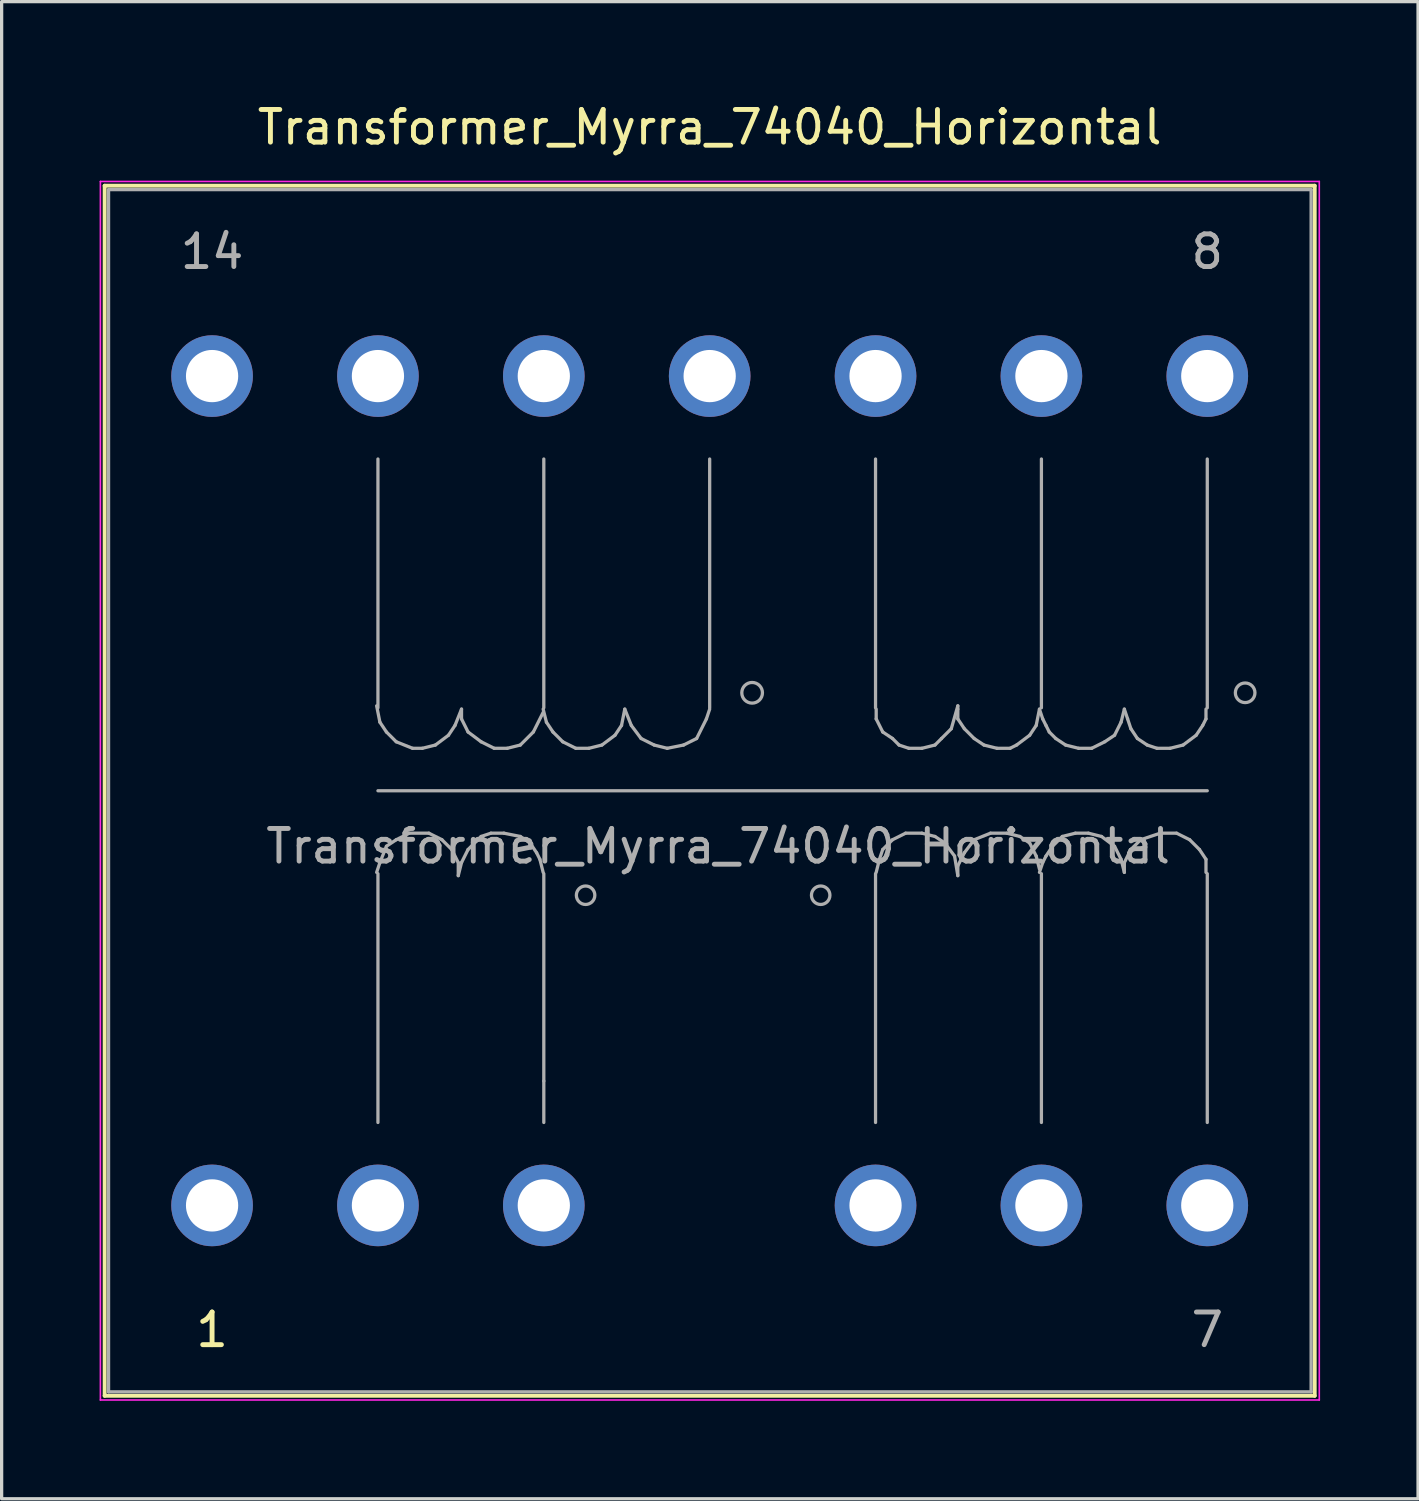
<source format=kicad_pcb>
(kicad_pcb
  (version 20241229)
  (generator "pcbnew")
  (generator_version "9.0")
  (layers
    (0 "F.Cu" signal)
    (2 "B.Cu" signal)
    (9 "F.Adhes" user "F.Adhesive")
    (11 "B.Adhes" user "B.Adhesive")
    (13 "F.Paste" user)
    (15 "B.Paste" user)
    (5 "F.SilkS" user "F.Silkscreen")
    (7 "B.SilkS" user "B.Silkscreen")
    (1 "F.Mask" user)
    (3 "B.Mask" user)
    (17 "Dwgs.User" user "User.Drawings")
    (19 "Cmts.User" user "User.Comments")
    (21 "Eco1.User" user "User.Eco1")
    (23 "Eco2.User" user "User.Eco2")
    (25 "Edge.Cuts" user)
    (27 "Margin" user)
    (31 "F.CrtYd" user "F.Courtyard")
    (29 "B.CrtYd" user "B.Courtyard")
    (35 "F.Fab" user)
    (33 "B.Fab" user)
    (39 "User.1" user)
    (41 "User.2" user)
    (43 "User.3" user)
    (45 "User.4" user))
  (footprint "Transformer_Myrra_74040_Horizontal"
    (layer "F.Cu")
    (at 3.445 33.868)
    (property "Reference" "Transformer_Myrra_74040_Horizontal" (at 15.24 -33.02 0) (layer "F.SilkS") (effects (font (size 1 1) (thickness 0.15))))
    (attr through_hole)
    (fp_line (start -3.29 -31.23) (end -3.29 5.83) (stroke (width 0.12) (type solid)) (layer "F.SilkS"))
    (fp_line (start -3.29 -31.23) (end 33.77 -31.23) (stroke (width 0.12) (type solid)) (layer "F.SilkS"))
    (fp_line (start 33.77 5.83) (end -3.29 5.83) (stroke (width 0.12) (type solid)) (layer "F.SilkS"))
    (fp_line (start 33.77 5.83) (end 33.77 -31.23) (stroke (width 0.12) (type solid)) (layer "F.SilkS"))
    (fp_line (start -3.42 -31.36) (end -3.42 5.96) (stroke (width 0.05) (type solid)) (layer "F.CrtYd"))
    (fp_line (start -3.42 -31.36) (end 33.91 -31.36) (stroke (width 0.05) (type solid)) (layer "F.CrtYd"))
    (fp_line (start 33.91 5.96) (end -3.42 5.96) (stroke (width 0.05) (type solid)) (layer "F.CrtYd"))
    (fp_line (start 33.91 5.96) (end 33.91 -31.36) (stroke (width 0.05) (type solid)) (layer "F.CrtYd"))
    (fp_line (start -3.17 -31.11) (end 33.66 -31.11) (stroke (width 0.1) (type solid)) (layer "F.Fab"))
    (fp_line (start -3.17 5.71) (end -3.17 -31.11) (stroke (width 0.1) (type solid)) (layer "F.Fab"))
    (fp_line (start 5.04 -10.2) (end 5.14 -10.5) (stroke (width 0.1) (type solid)) (layer "F.Fab"))
    (fp_line (start 5.08 -15.24) (end 5.08 -22.86) (stroke (width 0.1) (type solid)) (layer "F.Fab"))
    (fp_line (start 5.08 -12.7) (end 30.48 -12.7) (stroke (width 0.1) (type solid)) (layer "F.Fab"))
    (fp_line (start 5.08 -2.54) (end 5.08 -10.16) (stroke (width 0.1) (type solid)) (layer "F.Fab"))
    (fp_line (start 5.14 -14.8) (end 5.04 -15.3) (stroke (width 0.1) (type solid)) (layer "F.Fab"))
    (fp_line (start 5.14 -10.5) (end 5.34 -11) (stroke (width 0.1) (type solid)) (layer "F.Fab"))
    (fp_line (start 5.34 -14.5) (end 5.14 -14.8) (stroke (width 0.1) (type solid)) (layer "F.Fab"))
    (fp_line (start 5.34 -11) (end 5.64 -11.2) (stroke (width 0.1) (type solid)) (layer "F.Fab"))
    (fp_line (start 5.64 -14.2) (end 5.34 -14.5) (stroke (width 0.1) (type solid)) (layer "F.Fab"))
    (fp_line (start 5.64 -11.2) (end 6.04 -11.4) (stroke (width 0.1) (type solid)) (layer "F.Fab"))
    (fp_line (start 6.04 -11.4) (end 6.64 -11.4) (stroke (width 0.1) (type solid)) (layer "F.Fab"))
    (fp_line (start 6.14 -14) (end 5.64 -14.2) (stroke (width 0.1) (type solid)) (layer "F.Fab"))
    (fp_line (start 6.44 -14) (end 6.14 -14) (stroke (width 0.1) (type solid)) (layer "F.Fab"))
    (fp_line (start 6.64 -11.4) (end 7.04 -11.2) (stroke (width 0.1) (type solid)) (layer "F.Fab"))
    (fp_line (start 6.84 -14.1) (end 6.44 -14) (stroke (width 0.1) (type solid)) (layer "F.Fab"))
    (fp_line (start 7.04 -11.2) (end 7.34 -10.9) (stroke (width 0.1) (type solid)) (layer "F.Fab"))
    (fp_line (start 7.24 -14.4) (end 6.84 -14.1) (stroke (width 0.1) (type solid)) (layer "F.Fab"))
    (fp_line (start 7.34 -10.9) (end 7.54 -10.5) (stroke (width 0.1) (type solid)) (layer "F.Fab"))
    (fp_line (start 7.44 -14.7) (end 7.24 -14.4) (stroke (width 0.1) (type solid)) (layer "F.Fab"))
    (fp_line (start 7.54 -10.5) (end 7.54 -10.1) (stroke (width 0.1) (type solid)) (layer "F.Fab"))
    (fp_line (start 7.54 -10.1) (end 7.64 -10.5) (stroke (width 0.1) (type solid)) (layer "F.Fab"))
    (fp_line (start 7.64 -15.2) (end 7.44 -14.7) (stroke (width 0.1) (type solid)) (layer "F.Fab"))
    (fp_line (start 7.64 -14.9) (end 7.64 -15.2) (stroke (width 0.1) (type solid)) (layer "F.Fab"))
    (fp_line (start 7.64 -10.5) (end 7.84 -10.9) (stroke (width 0.1) (type solid)) (layer "F.Fab"))
    (fp_line (start 7.84 -14.5) (end 7.64 -14.9) (stroke (width 0.1) (type solid)) (layer "F.Fab"))
    (fp_line (start 7.84 -10.9) (end 8.24 -11.3) (stroke (width 0.1) (type solid)) (layer "F.Fab"))
    (fp_line (start 8.24 -14.2) (end 7.84 -14.5) (stroke (width 0.1) (type solid)) (layer "F.Fab"))
    (fp_line (start 8.24 -11.3) (end 8.54 -11.4) (stroke (width 0.1) (type solid)) (layer "F.Fab"))
    (fp_line (start 8.54 -11.4) (end 8.94 -11.4) (stroke (width 0.1) (type solid)) (layer "F.Fab"))
    (fp_line (start 8.64 -14) (end 8.24 -14.2) (stroke (width 0.1) (type solid)) (layer "F.Fab"))
    (fp_line (start 8.94 -11.4) (end 9.44 -11.3) (stroke (width 0.1) (type solid)) (layer "F.Fab"))
    (fp_line (start 9.04 -14) (end 8.64 -14) (stroke (width 0.1) (type solid)) (layer "F.Fab"))
    (fp_line (start 9.44 -14.1) (end 9.04 -14) (stroke (width 0.1) (type solid)) (layer "F.Fab"))
    (fp_line (start 9.44 -11.3) (end 9.74 -11.1) (stroke (width 0.1) (type solid)) (layer "F.Fab"))
    (fp_line (start 9.74 -11.1) (end 9.94 -10.8) (stroke (width 0.1) (type solid)) (layer "F.Fab"))
    (fp_line (start 9.84 -14.5) (end 9.44 -14.1) (stroke (width 0.1) (type solid)) (layer "F.Fab"))
    (fp_line (start 9.94 -10.8) (end 10.04 -10.6) (stroke (width 0.1) (type solid)) (layer "F.Fab"))
    (fp_line (start 10.04 -10.6) (end 10.14 -10.2) (stroke (width 0.1) (type solid)) (layer "F.Fab"))
    (fp_line (start 10.14 -15.1) (end 9.84 -14.5) (stroke (width 0.1) (type solid)) (layer "F.Fab"))
    (fp_line (start 10.16 -15.24) (end 10.16 -22.86) (stroke (width 0.1) (type solid)) (layer "F.Fab"))
    (fp_line (start 10.16 -10.16) (end 10.16 -3.81) (stroke (width 0.1) (type solid)) (layer "F.Fab"))
    (fp_line (start 10.16 -3.81) (end 10.16 -2.54) (stroke (width 0.1) (type solid)) (layer "F.Fab"))
    (fp_line (start 10.24 -14.8) (end 10.14 -15.2) (stroke (width 0.1) (type solid)) (layer "F.Fab"))
    (fp_line (start 10.44 -14.5) (end 10.24 -14.8) (stroke (width 0.1) (type solid)) (layer "F.Fab"))
    (fp_line (start 10.74 -14.2) (end 10.44 -14.5) (stroke (width 0.1) (type solid)) (layer "F.Fab"))
    (fp_line (start 11.14 -14) (end 10.74 -14.2) (stroke (width 0.1) (type solid)) (layer "F.Fab"))
    (fp_line (start 11.54 -14) (end 11.14 -14) (stroke (width 0.1) (type solid)) (layer "F.Fab"))
    (fp_line (start 11.94 -14.1) (end 11.54 -14) (stroke (width 0.1) (type solid)) (layer "F.Fab"))
    (fp_line (start 12.34 -14.4) (end 11.94 -14.1) (stroke (width 0.1) (type solid)) (layer "F.Fab"))
    (fp_line (start 12.54 -14.7) (end 12.34 -14.4) (stroke (width 0.1) (type solid)) (layer "F.Fab"))
    (fp_line (start 12.64 -15.2) (end 12.54 -14.7) (stroke (width 0.1) (type solid)) (layer "F.Fab"))
    (fp_line (start 12.84 -14.7) (end 12.64 -15.2) (stroke (width 0.1) (type solid)) (layer "F.Fab"))
    (fp_line (start 13.14 -14.3) (end 12.84 -14.7) (stroke (width 0.1) (type solid)) (layer "F.Fab"))
    (fp_line (start 13.54 -14.1) (end 13.14 -14.3) (stroke (width 0.1) (type solid)) (layer "F.Fab"))
    (fp_line (start 13.94 -14) (end 13.54 -14.1) (stroke (width 0.1) (type solid)) (layer "F.Fab"))
    (fp_line (start 14.44 -14.1) (end 13.94 -14) (stroke (width 0.1) (type solid)) (layer "F.Fab"))
    (fp_line (start 14.84 -14.3) (end 14.44 -14.1) (stroke (width 0.1) (type solid)) (layer "F.Fab"))
    (fp_line (start 15.14 -14.9) (end 14.84 -14.3) (stroke (width 0.1) (type solid)) (layer "F.Fab"))
    (fp_line (start 15.24 -15.24) (end 15.24 -22.86) (stroke (width 0.1) (type solid)) (layer "F.Fab"))
    (fp_line (start 15.24 -15.2) (end 15.14 -14.9) (stroke (width 0.1) (type solid)) (layer "F.Fab"))
    (fp_line (start 20.32 -15.24) (end 20.32 -22.86) (stroke (width 0.1) (type solid)) (layer "F.Fab"))
    (fp_line (start 20.32 -10.16) (end 20.32 -2.54) (stroke (width 0.1) (type solid)) (layer "F.Fab"))
    (fp_line (start 20.34 -14.9) (end 20.34 -15.2) (stroke (width 0.1) (type solid)) (layer "F.Fab"))
    (fp_line (start 20.44 -10.6) (end 20.34 -10.2) (stroke (width 0.1) (type solid)) (layer "F.Fab"))
    (fp_line (start 20.54 -14.5) (end 20.34 -14.9) (stroke (width 0.1) (type solid)) (layer "F.Fab"))
    (fp_line (start 20.54 -10.9) (end 20.44 -10.6) (stroke (width 0.1) (type solid)) (layer "F.Fab"))
    (fp_line (start 20.84 -14.3) (end 20.54 -14.5) (stroke (width 0.1) (type solid)) (layer "F.Fab"))
    (fp_line (start 20.84 -11.2) (end 20.54 -10.9) (stroke (width 0.1) (type solid)) (layer "F.Fab"))
    (fp_line (start 21.04 -14.1) (end 20.84 -14.3) (stroke (width 0.1) (type solid)) (layer "F.Fab"))
    (fp_line (start 21.24 -11.4) (end 20.84 -11.2) (stroke (width 0.1) (type solid)) (layer "F.Fab"))
    (fp_line (start 21.34 -14) (end 21.04 -14.1) (stroke (width 0.1) (type solid)) (layer "F.Fab"))
    (fp_line (start 21.74 -14) (end 21.34 -14) (stroke (width 0.1) (type solid)) (layer "F.Fab"))
    (fp_line (start 21.74 -11.4) (end 21.24 -11.4) (stroke (width 0.1) (type solid)) (layer "F.Fab"))
    (fp_line (start 22.14 -14.1) (end 21.74 -14) (stroke (width 0.1) (type solid)) (layer "F.Fab"))
    (fp_line (start 22.14 -11.3) (end 21.74 -11.4) (stroke (width 0.1) (type solid)) (layer "F.Fab"))
    (fp_line (start 22.34 -14.3) (end 22.14 -14.1) (stroke (width 0.1) (type solid)) (layer "F.Fab"))
    (fp_line (start 22.44 -11.1) (end 22.14 -11.3) (stroke (width 0.1) (type solid)) (layer "F.Fab"))
    (fp_line (start 22.64 -14.6) (end 22.34 -14.3) (stroke (width 0.1) (type solid)) (layer "F.Fab"))
    (fp_line (start 22.74 -10.7) (end 22.44 -11.1) (stroke (width 0.1) (type solid)) (layer "F.Fab"))
    (fp_line (start 22.84 -15.3) (end 22.64 -14.6) (stroke (width 0.1) (type solid)) (layer "F.Fab"))
    (fp_line (start 22.84 -15.2) (end 22.84 -15.3) (stroke (width 0.1) (type solid)) (layer "F.Fab"))
    (fp_line (start 22.84 -14.9) (end 22.84 -15.2) (stroke (width 0.1) (type solid)) (layer "F.Fab"))
    (fp_line (start 22.84 -10.4) (end 22.84 -10.1) (stroke (width 0.1) (type solid)) (layer "F.Fab"))
    (fp_line (start 22.84 -10.1) (end 22.74 -10.7) (stroke (width 0.1) (type solid)) (layer "F.Fab"))
    (fp_line (start 23.04 -14.6) (end 22.84 -14.9) (stroke (width 0.1) (type solid)) (layer "F.Fab"))
    (fp_line (start 23.04 -10.8) (end 22.84 -10.4) (stroke (width 0.1) (type solid)) (layer "F.Fab"))
    (fp_line (start 23.34 -14.3) (end 23.04 -14.6) (stroke (width 0.1) (type solid)) (layer "F.Fab"))
    (fp_line (start 23.34 -11.2) (end 23.04 -10.8) (stroke (width 0.1) (type solid)) (layer "F.Fab"))
    (fp_line (start 23.64 -14.1) (end 23.34 -14.3) (stroke (width 0.1) (type solid)) (layer "F.Fab"))
    (fp_line (start 23.84 -11.4) (end 23.34 -11.2) (stroke (width 0.1) (type solid)) (layer "F.Fab"))
    (fp_line (start 24.04 -14) (end 23.64 -14.1) (stroke (width 0.1) (type solid)) (layer "F.Fab"))
    (fp_line (start 24.34 -11.4) (end 23.84 -11.4) (stroke (width 0.1) (type solid)) (layer "F.Fab"))
    (fp_line (start 24.44 -14) (end 24.04 -14) (stroke (width 0.1) (type solid)) (layer "F.Fab"))
    (fp_line (start 24.64 -14.1) (end 24.44 -14) (stroke (width 0.1) (type solid)) (layer "F.Fab"))
    (fp_line (start 24.74 -11.3) (end 24.34 -11.4) (stroke (width 0.1) (type solid)) (layer "F.Fab"))
    (fp_line (start 25.04 -14.4) (end 24.64 -14.1) (stroke (width 0.1) (type solid)) (layer "F.Fab"))
    (fp_line (start 25.04 -11.1) (end 24.74 -11.3) (stroke (width 0.1) (type solid)) (layer "F.Fab"))
    (fp_line (start 25.24 -14.7) (end 25.04 -14.4) (stroke (width 0.1) (type solid)) (layer "F.Fab"))
    (fp_line (start 25.24 -10.7) (end 25.04 -11.1) (stroke (width 0.1) (type solid)) (layer "F.Fab"))
    (fp_line (start 25.34 -15.2) (end 25.24 -14.7) (stroke (width 0.1) (type solid)) (layer "F.Fab"))
    (fp_line (start 25.34 -10.3) (end 25.24 -10.7) (stroke (width 0.1) (type solid)) (layer "F.Fab"))
    (fp_line (start 25.4 -15.24) (end 25.4 -22.86) (stroke (width 0.1) (type solid)) (layer "F.Fab"))
    (fp_line (start 25.4 -10.16) (end 25.4 -2.54) (stroke (width 0.1) (type solid)) (layer "F.Fab"))
    (fp_line (start 25.44 -14.9) (end 25.34 -15.2) (stroke (width 0.1) (type solid)) (layer "F.Fab"))
    (fp_line (start 25.44 -10.5) (end 25.34 -10.2) (stroke (width 0.1) (type solid)) (layer "F.Fab"))
    (fp_line (start 25.54 -14.7) (end 25.44 -14.9) (stroke (width 0.1) (type solid)) (layer "F.Fab"))
    (fp_line (start 25.54 -10.7) (end 25.44 -10.5) (stroke (width 0.1) (type solid)) (layer "F.Fab"))
    (fp_line (start 25.64 -14.5) (end 25.54 -14.7) (stroke (width 0.1) (type solid)) (layer "F.Fab"))
    (fp_line (start 25.74 -11) (end 25.54 -10.7) (stroke (width 0.1) (type solid)) (layer "F.Fab"))
    (fp_line (start 25.84 -14.3) (end 25.64 -14.5) (stroke (width 0.1) (type solid)) (layer "F.Fab"))
    (fp_line (start 26.04 -11.3) (end 25.74 -11) (stroke (width 0.1) (type solid)) (layer "F.Fab"))
    (fp_line (start 26.14 -14.1) (end 25.84 -14.3) (stroke (width 0.1) (type solid)) (layer "F.Fab"))
    (fp_line (start 26.44 -11.4) (end 26.04 -11.3) (stroke (width 0.1) (type solid)) (layer "F.Fab"))
    (fp_line (start 26.54 -14) (end 26.14 -14.1) (stroke (width 0.1) (type solid)) (layer "F.Fab"))
    (fp_line (start 26.84 -11.4) (end 26.44 -11.4) (stroke (width 0.1) (type solid)) (layer "F.Fab"))
    (fp_line (start 26.94 -14) (end 26.54 -14) (stroke (width 0.1) (type solid)) (layer "F.Fab"))
    (fp_line (start 27.24 -11.3) (end 26.84 -11.4) (stroke (width 0.1) (type solid)) (layer "F.Fab"))
    (fp_line (start 27.34 -14.2) (end 26.94 -14) (stroke (width 0.1) (type solid)) (layer "F.Fab"))
    (fp_line (start 27.64 -14.4) (end 27.34 -14.2) (stroke (width 0.1) (type solid)) (layer "F.Fab"))
    (fp_line (start 27.64 -11) (end 27.24 -11.3) (stroke (width 0.1) (type solid)) (layer "F.Fab"))
    (fp_line (start 27.84 -14.8) (end 27.64 -14.4) (stroke (width 0.1) (type solid)) (layer "F.Fab"))
    (fp_line (start 27.84 -10.6) (end 27.64 -11) (stroke (width 0.1) (type solid)) (layer "F.Fab"))
    (fp_line (start 27.94 -15.2) (end 27.84 -14.8) (stroke (width 0.1) (type solid)) (layer "F.Fab"))
    (fp_line (start 27.94 -10.5) (end 27.94 -10.2) (stroke (width 0.1) (type solid)) (layer "F.Fab"))
    (fp_line (start 27.94 -10.2) (end 27.84 -10.6) (stroke (width 0.1) (type solid)) (layer "F.Fab"))
    (fp_line (start 28.04 -14.9) (end 27.94 -15.2) (stroke (width 0.1) (type solid)) (layer "F.Fab"))
    (fp_line (start 28.14 -14.6) (end 28.04 -14.9) (stroke (width 0.1) (type solid)) (layer "F.Fab"))
    (fp_line (start 28.14 -10.9) (end 27.94 -10.5) (stroke (width 0.1) (type solid)) (layer "F.Fab"))
    (fp_line (start 28.34 -14.3) (end 28.14 -14.6) (stroke (width 0.1) (type solid)) (layer "F.Fab"))
    (fp_line (start 28.44 -11.2) (end 28.14 -10.9) (stroke (width 0.1) (type solid)) (layer "F.Fab"))
    (fp_line (start 28.64 -14.1) (end 28.34 -14.3) (stroke (width 0.1) (type solid)) (layer "F.Fab"))
    (fp_line (start 28.94 -14) (end 28.64 -14.1) (stroke (width 0.1) (type solid)) (layer "F.Fab"))
    (fp_line (start 29.04 -11.4) (end 28.44 -11.2) (stroke (width 0.1) (type solid)) (layer "F.Fab"))
    (fp_line (start 29.34 -14) (end 28.94 -14) (stroke (width 0.1) (type solid)) (layer "F.Fab"))
    (fp_line (start 29.54 -11.4) (end 29.04 -11.4) (stroke (width 0.1) (type solid)) (layer "F.Fab"))
    (fp_line (start 29.74 -14.1) (end 29.34 -14) (stroke (width 0.1) (type solid)) (layer "F.Fab"))
    (fp_line (start 29.94 -11.2) (end 29.54 -11.4) (stroke (width 0.1) (type solid)) (layer "F.Fab"))
    (fp_line (start 30.14 -14.4) (end 29.74 -14.1) (stroke (width 0.1) (type solid)) (layer "F.Fab"))
    (fp_line (start 30.24 -10.9) (end 29.94 -11.2) (stroke (width 0.1) (type solid)) (layer "F.Fab"))
    (fp_line (start 30.34 -14.7) (end 30.14 -14.4) (stroke (width 0.1) (type solid)) (layer "F.Fab"))
    (fp_line (start 30.44 -15.2) (end 30.44 -14.9) (stroke (width 0.1) (type solid)) (layer "F.Fab"))
    (fp_line (start 30.44 -14.9) (end 30.34 -14.7) (stroke (width 0.1) (type solid)) (layer "F.Fab"))
    (fp_line (start 30.44 -10.6) (end 30.24 -10.9) (stroke (width 0.1) (type solid)) (layer "F.Fab"))
    (fp_line (start 30.44 -10.2) (end 30.44 -10.6) (stroke (width 0.1) (type solid)) (layer "F.Fab"))
    (fp_line (start 30.48 -15.24) (end 30.48 -22.86) (stroke (width 0.1) (type solid)) (layer "F.Fab"))
    (fp_line (start 30.48 -10.16) (end 30.48 -2.54) (stroke (width 0.1) (type solid)) (layer "F.Fab"))
    (fp_line (start 33.66 -31.11) (end 33.66 5.71) (stroke (width 0.1) (type solid)) (layer "F.Fab"))
    (fp_line (start 33.66 5.71) (end -3.17 5.71) (stroke (width 0.1) (type solid)) (layer "F.Fab"))
    (fp_circle (center 11.44 -9.5) (end 11.64 -9.3) (stroke (width 0.1) (type solid)) (fill no) (layer "F.Fab"))
    (fp_circle (center 16.54 -15.7) (end 16.64 -15.4) (stroke (width 0.1) (type solid)) (fill no) (layer "F.Fab"))
    (fp_circle (center 18.64 -9.5) (end 18.84 -9.3) (stroke (width 0.1) (type solid)) (fill no) (layer "F.Fab"))
    (fp_circle (center 31.64 -15.7) (end 31.64 -15.4) (stroke (width 0.1) (type solid)) (fill no) (layer "F.Fab"))
    (fp_text user "1" (at 0 3.81 0) (layer "F.SilkS") (effects (font (size 1 1) (thickness 0.15))))
    (fp_text user "7" (at 30.48 3.81 0) (layer "F.Fab") (effects (font (size 1 1) (thickness 0.15))))
    (fp_text user "${REFERENCE}" (at 15.5 -11 0) (layer "F.Fab") (effects (font (size 1 1) (thickness 0.15))))
    (fp_text user "8" (at 30.48 -29.21 0) (layer "F.Fab") (effects (font (size 1 1) (thickness 0.15))))
    (fp_text user "14" (at 0 -29.21 0) (layer "F.Fab") (effects (font (size 1 1) (thickness 0.15))))
    (pad "1" thru_hole circle (at 0 0) (size 2.5 2.5) (drill 1.6) (layers "*.Cu" "*.Mask"))
    (pad "2" thru_hole circle (at 5.08 0) (size 2.5 2.5) (drill 1.6) (layers "*.Cu" "*.Mask"))
    (pad "3" thru_hole circle (at 10.16 0) (size 2.5 2.5) (drill 1.6) (layers "*.Cu" "*.Mask"))
    (pad "5" thru_hole circle (at 20.32 0) (size 2.5 2.5) (drill 1.6) (layers "*.Cu" "*.Mask"))
    (pad "6" thru_hole circle (at 25.4 0) (size 2.5 2.5) (drill 1.6) (layers "*.Cu" "*.Mask"))
    (pad "7" thru_hole circle (at 30.48 0) (size 2.5 2.5) (drill 1.6) (layers "*.Cu" "*.Mask"))
    (pad "8" thru_hole circle (at 30.48 -25.4) (size 2.5 2.5) (drill 1.6) (layers "*.Cu" "*.Mask"))
    (pad "9" thru_hole circle (at 25.4 -25.4) (size 2.5 2.5) (drill 1.6) (layers "*.Cu" "*.Mask"))
    (pad "10" thru_hole circle (at 20.32 -25.4) (size 2.5 2.5) (drill 1.6) (layers "*.Cu" "*.Mask"))
    (pad "11" thru_hole circle (at 15.24 -25.4) (size 2.5 2.5) (drill 1.6) (layers "*.Cu" "*.Mask"))
    (pad "12" thru_hole circle (at 10.16 -25.4) (size 2.5 2.5) (drill 1.6) (layers "*.Cu" "*.Mask"))
    (pad "13" thru_hole circle (at 5.08 -25.4) (size 2.5 2.5) (drill 1.6) (layers "*.Cu" "*.Mask"))
    (pad "14" thru_hole circle (at 0 -25.4) (size 2.5 2.5) (drill 1.6) (layers "*.Cu" "*.Mask")))
  (gr_rect
    (start -3 -3)
    (end 40.38 42.853)
    (stroke (width 0.1) (type default))
    (fill no)
    (layer "Edge.Cuts")))
</source>
